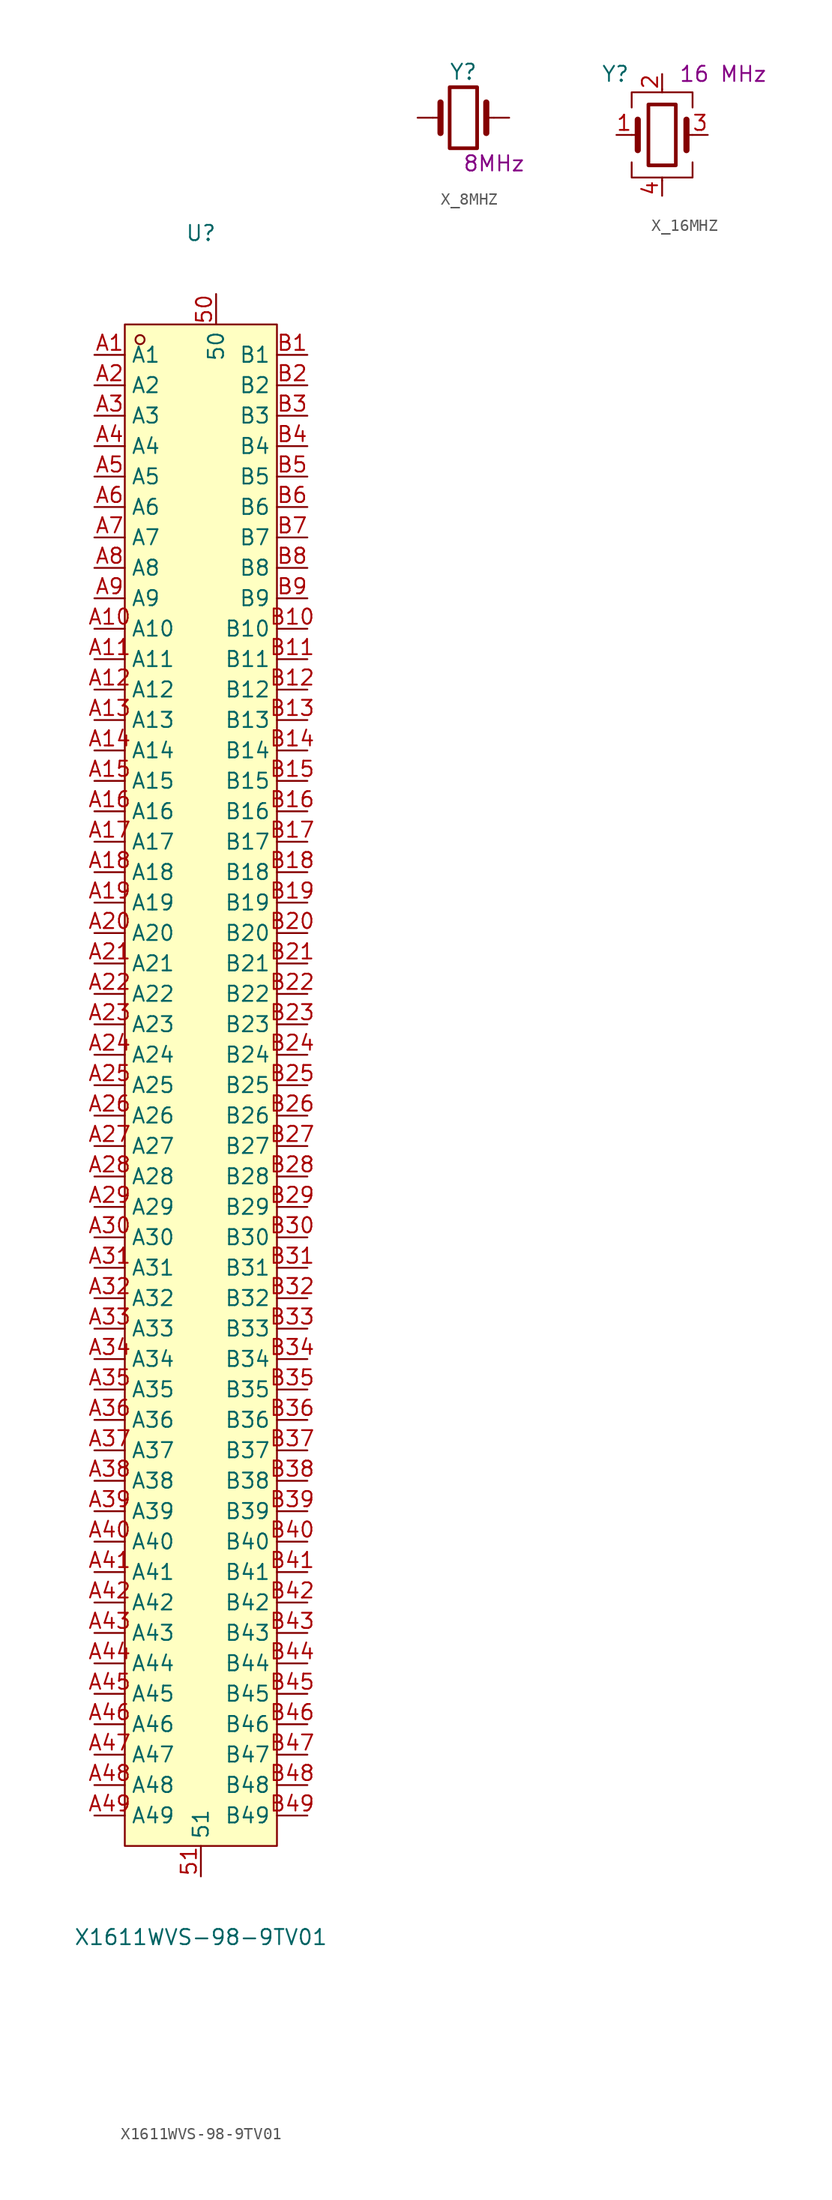
<source format=kicad_sym>
(kicad_symbol_lib
  (version 20241209)
  (generator "kicad_symbol_editor")
  (generator_version "9.0")
  (symbol "X1611WVS-98-9TV01"
    (property "Reference" "U"
      (at 0 71.12 0)
      (effects (font (size 1.27 1.27))))
    (property "Value" "X1611WVS-98-9TV01"
      (at 0 -71.12 0)
      (effects (font (size 1.27 1.27))))
    (symbol "X1611WVS-98-9TV01_0_1"
      (rectangle (start -6.35 63.5) (end 6.35 -63.5) (stroke (width 0) (type default)) (fill (type background)))
      (circle (center -5.08 62.23) (radius 0.38) (stroke (width 0) (type default)) (fill (type none)))
      (pin unspecified line (at -8.89 60.96 0) (length 2.54) (name "A1" (effects (font (size 1.27 1.27)))) (number "A1" (effects (font (size 1.27 1.27)))))
      (pin unspecified line (at -8.89 58.42 0) (length 2.54) (name "A2" (effects (font (size 1.27 1.27)))) (number "A2" (effects (font (size 1.27 1.27)))))
      (pin unspecified line (at -8.89 55.88 0) (length 2.54) (name "A3" (effects (font (size 1.27 1.27)))) (number "A3" (effects (font (size 1.27 1.27)))))
      (pin unspecified line (at -8.89 53.34 0) (length 2.54) (name "A4" (effects (font (size 1.27 1.27)))) (number "A4" (effects (font (size 1.27 1.27)))))
      (pin unspecified line (at -8.89 50.8 0) (length 2.54) (name "A5" (effects (font (size 1.27 1.27)))) (number "A5" (effects (font (size 1.27 1.27)))))
      (pin unspecified line (at -8.89 48.26 0) (length 2.54) (name "A6" (effects (font (size 1.27 1.27)))) (number "A6" (effects (font (size 1.27 1.27)))))
      (pin unspecified line (at -8.89 45.72 0) (length 2.54) (name "A7" (effects (font (size 1.27 1.27)))) (number "A7" (effects (font (size 1.27 1.27)))))
      (pin unspecified line (at -8.89 43.18 0) (length 2.54) (name "A8" (effects (font (size 1.27 1.27)))) (number "A8" (effects (font (size 1.27 1.27)))))
      (pin unspecified line (at -8.89 40.64 0) (length 2.54) (name "A9" (effects (font (size 1.27 1.27)))) (number "A9" (effects (font (size 1.27 1.27)))))
      (pin unspecified line (at -8.89 38.1 0) (length 2.54) (name "A10" (effects (font (size 1.27 1.27)))) (number "A10" (effects (font (size 1.27 1.27)))))
      (pin unspecified line (at -8.89 35.56 0) (length 2.54) (name "A11" (effects (font (size 1.27 1.27)))) (number "A11" (effects (font (size 1.27 1.27)))))
      (pin unspecified line (at -8.89 33.02 0) (length 2.54) (name "A12" (effects (font (size 1.27 1.27)))) (number "A12" (effects (font (size 1.27 1.27)))))
      (pin unspecified line (at -8.89 30.48 0) (length 2.54) (name "A13" (effects (font (size 1.27 1.27)))) (number "A13" (effects (font (size 1.27 1.27)))))
      (pin unspecified line (at -8.89 27.94 0) (length 2.54) (name "A14" (effects (font (size 1.27 1.27)))) (number "A14" (effects (font (size 1.27 1.27)))))
      (pin unspecified line (at -8.89 25.4 0) (length 2.54) (name "A15" (effects (font (size 1.27 1.27)))) (number "A15" (effects (font (size 1.27 1.27)))))
      (pin unspecified line (at -8.89 22.86 0) (length 2.54) (name "A16" (effects (font (size 1.27 1.27)))) (number "A16" (effects (font (size 1.27 1.27)))))
      (pin unspecified line (at -8.89 20.32 0) (length 2.54) (name "A17" (effects (font (size 1.27 1.27)))) (number "A17" (effects (font (size 1.27 1.27)))))
      (pin unspecified line (at -8.89 17.78 0) (length 2.54) (name "A18" (effects (font (size 1.27 1.27)))) (number "A18" (effects (font (size 1.27 1.27)))))
      (pin unspecified line (at -8.89 15.24 0) (length 2.54) (name "A19" (effects (font (size 1.27 1.27)))) (number "A19" (effects (font (size 1.27 1.27)))))
      (pin unspecified line (at -8.89 12.7 0) (length 2.54) (name "A20" (effects (font (size 1.27 1.27)))) (number "A20" (effects (font (size 1.27 1.27)))))
      (pin unspecified line (at -8.89 10.16 0) (length 2.54) (name "A21" (effects (font (size 1.27 1.27)))) (number "A21" (effects (font (size 1.27 1.27)))))
      (pin unspecified line (at -8.89 7.62 0) (length 2.54) (name "A22" (effects (font (size 1.27 1.27)))) (number "A22" (effects (font (size 1.27 1.27)))))
      (pin unspecified line (at -8.89 5.08 0) (length 2.54) (name "A23" (effects (font (size 1.27 1.27)))) (number "A23" (effects (font (size 1.27 1.27)))))
      (pin unspecified line (at -8.89 2.54 0) (length 2.54) (name "A24" (effects (font (size 1.27 1.27)))) (number "A24" (effects (font (size 1.27 1.27)))))
      (pin unspecified line (at -8.89 0 0) (length 2.54) (name "A25" (effects (font (size 1.27 1.27)))) (number "A25" (effects (font (size 1.27 1.27)))))
      (pin unspecified line (at -8.89 -2.54 0) (length 2.54) (name "A26" (effects (font (size 1.27 1.27)))) (number "A26" (effects (font (size 1.27 1.27)))))
      (pin unspecified line (at -8.89 -5.08 0) (length 2.54) (name "A27" (effects (font (size 1.27 1.27)))) (number "A27" (effects (font (size 1.27 1.27)))))
      (pin unspecified line (at -8.89 -7.62 0) (length 2.54) (name "A28" (effects (font (size 1.27 1.27)))) (number "A28" (effects (font (size 1.27 1.27)))))
      (pin unspecified line (at -8.89 -10.16 0) (length 2.54) (name "A29" (effects (font (size 1.27 1.27)))) (number "A29" (effects (font (size 1.27 1.27)))))
      (pin unspecified line (at -8.89 -12.7 0) (length 2.54) (name "A30" (effects (font (size 1.27 1.27)))) (number "A30" (effects (font (size 1.27 1.27)))))
      (pin unspecified line (at -8.89 -15.24 0) (length 2.54) (name "A31" (effects (font (size 1.27 1.27)))) (number "A31" (effects (font (size 1.27 1.27)))))
      (pin unspecified line (at -8.89 -17.78 0) (length 2.54) (name "A32" (effects (font (size 1.27 1.27)))) (number "A32" (effects (font (size 1.27 1.27)))))
      (pin unspecified line (at -8.89 -20.32 0) (length 2.54) (name "A33" (effects (font (size 1.27 1.27)))) (number "A33" (effects (font (size 1.27 1.27)))))
      (pin unspecified line (at -8.89 -22.86 0) (length 2.54) (name "A34" (effects (font (size 1.27 1.27)))) (number "A34" (effects (font (size 1.27 1.27)))))
      (pin unspecified line (at -8.89 -25.4 0) (length 2.54) (name "A35" (effects (font (size 1.27 1.27)))) (number "A35" (effects (font (size 1.27 1.27)))))
      (pin unspecified line (at -8.89 -27.94 0) (length 2.54) (name "A36" (effects (font (size 1.27 1.27)))) (number "A36" (effects (font (size 1.27 1.27)))))
      (pin unspecified line (at -8.89 -30.48 0) (length 2.54) (name "A37" (effects (font (size 1.27 1.27)))) (number "A37" (effects (font (size 1.27 1.27)))))
      (pin unspecified line (at -8.89 -33.02 0) (length 2.54) (name "A38" (effects (font (size 1.27 1.27)))) (number "A38" (effects (font (size 1.27 1.27)))))
      (pin unspecified line (at -8.89 -35.56 0) (length 2.54) (name "A39" (effects (font (size 1.27 1.27)))) (number "A39" (effects (font (size 1.27 1.27)))))
      (pin unspecified line (at -8.89 -38.1 0) (length 2.54) (name "A40" (effects (font (size 1.27 1.27)))) (number "A40" (effects (font (size 1.27 1.27)))))
      (pin unspecified line (at -8.89 -40.64 0) (length 2.54) (name "A41" (effects (font (size 1.27 1.27)))) (number "A41" (effects (font (size 1.27 1.27)))))
      (pin unspecified line (at -8.89 -43.18 0) (length 2.54) (name "A42" (effects (font (size 1.27 1.27)))) (number "A42" (effects (font (size 1.27 1.27)))))
      (pin unspecified line (at -8.89 -45.72 0) (length 2.54) (name "A43" (effects (font (size 1.27 1.27)))) (number "A43" (effects (font (size 1.27 1.27)))))
      (pin unspecified line (at -8.89 -48.26 0) (length 2.54) (name "A44" (effects (font (size 1.27 1.27)))) (number "A44" (effects (font (size 1.27 1.27)))))
      (pin unspecified line (at -8.89 -50.8 0) (length 2.54) (name "A45" (effects (font (size 1.27 1.27)))) (number "A45" (effects (font (size 1.27 1.27)))))
      (pin unspecified line (at -8.89 -53.34 0) (length 2.54) (name "A46" (effects (font (size 1.27 1.27)))) (number "A46" (effects (font (size 1.27 1.27)))))
      (pin unspecified line (at -8.89 -55.88 0) (length 2.54) (name "A47" (effects (font (size 1.27 1.27)))) (number "A47" (effects (font (size 1.27 1.27)))))
      (pin unspecified line (at -8.89 -58.42 0) (length 2.54) (name "A48" (effects (font (size 1.27 1.27)))) (number "A48" (effects (font (size 1.27 1.27)))))
      (pin unspecified line (at -8.89 -60.96 0) (length 2.54) (name "A49" (effects (font (size 1.27 1.27)))) (number "A49" (effects (font (size 1.27 1.27)))))
      (pin unspecified line (at 0 -66.04 90) (length 2.54) (name "51" (effects (font (size 1.27 1.27)))) (number "51" (effects (font (size 1.27 1.27)))))
      (pin unspecified line (at 1.27 66.04 270) (length 2.54) (name "50" (effects (font (size 1.27 1.27)))) (number "50" (effects (font (size 1.27 1.27)))))
      (pin unspecified line (at 8.89 60.96 180) (length 2.54) (name "B1" (effects (font (size 1.27 1.27)))) (number "B1" (effects (font (size 1.27 1.27)))))
      (pin unspecified line (at 8.89 58.42 180) (length 2.54) (name "B2" (effects (font (size 1.27 1.27)))) (number "B2" (effects (font (size 1.27 1.27)))))
      (pin unspecified line (at 8.89 55.88 180) (length 2.54) (name "B3" (effects (font (size 1.27 1.27)))) (number "B3" (effects (font (size 1.27 1.27)))))
      (pin unspecified line (at 8.89 53.34 180) (length 2.54) (name "B4" (effects (font (size 1.27 1.27)))) (number "B4" (effects (font (size 1.27 1.27)))))
      (pin unspecified line (at 8.89 50.8 180) (length 2.54) (name "B5" (effects (font (size 1.27 1.27)))) (number "B5" (effects (font (size 1.27 1.27)))))
      (pin unspecified line (at 8.89 48.26 180) (length 2.54) (name "B6" (effects (font (size 1.27 1.27)))) (number "B6" (effects (font (size 1.27 1.27)))))
      (pin unspecified line (at 8.89 45.72 180) (length 2.54) (name "B7" (effects (font (size 1.27 1.27)))) (number "B7" (effects (font (size 1.27 1.27)))))
      (pin unspecified line (at 8.89 43.18 180) (length 2.54) (name "B8" (effects (font (size 1.27 1.27)))) (number "B8" (effects (font (size 1.27 1.27)))))
      (pin unspecified line (at 8.89 40.64 180) (length 2.54) (name "B9" (effects (font (size 1.27 1.27)))) (number "B9" (effects (font (size 1.27 1.27)))))
      (pin unspecified line (at 8.89 38.1 180) (length 2.54) (name "B10" (effects (font (size 1.27 1.27)))) (number "B10" (effects (font (size 1.27 1.27)))))
      (pin unspecified line (at 8.89 35.56 180) (length 2.54) (name "B11" (effects (font (size 1.27 1.27)))) (number "B11" (effects (font (size 1.27 1.27)))))
      (pin unspecified line (at 8.89 33.02 180) (length 2.54) (name "B12" (effects (font (size 1.27 1.27)))) (number "B12" (effects (font (size 1.27 1.27)))))
      (pin unspecified line (at 8.89 30.48 180) (length 2.54) (name "B13" (effects (font (size 1.27 1.27)))) (number "B13" (effects (font (size 1.27 1.27)))))
      (pin unspecified line (at 8.89 27.94 180) (length 2.54) (name "B14" (effects (font (size 1.27 1.27)))) (number "B14" (effects (font (size 1.27 1.27)))))
      (pin unspecified line (at 8.89 25.4 180) (length 2.54) (name "B15" (effects (font (size 1.27 1.27)))) (number "B15" (effects (font (size 1.27 1.27)))))
      (pin unspecified line (at 8.89 22.86 180) (length 2.54) (name "B16" (effects (font (size 1.27 1.27)))) (number "B16" (effects (font (size 1.27 1.27)))))
      (pin unspecified line (at 8.89 20.32 180) (length 2.54) (name "B17" (effects (font (size 1.27 1.27)))) (number "B17" (effects (font (size 1.27 1.27)))))
      (pin unspecified line (at 8.89 17.78 180) (length 2.54) (name "B18" (effects (font (size 1.27 1.27)))) (number "B18" (effects (font (size 1.27 1.27)))))
      (pin unspecified line (at 8.89 15.24 180) (length 2.54) (name "B19" (effects (font (size 1.27 1.27)))) (number "B19" (effects (font (size 1.27 1.27)))))
      (pin unspecified line (at 8.89 12.7 180) (length 2.54) (name "B20" (effects (font (size 1.27 1.27)))) (number "B20" (effects (font (size 1.27 1.27)))))
      (pin unspecified line (at 8.89 10.16 180) (length 2.54) (name "B21" (effects (font (size 1.27 1.27)))) (number "B21" (effects (font (size 1.27 1.27)))))
      (pin unspecified line (at 8.89 7.62 180) (length 2.54) (name "B22" (effects (font (size 1.27 1.27)))) (number "B22" (effects (font (size 1.27 1.27)))))
      (pin unspecified line (at 8.89 5.08 180) (length 2.54) (name "B23" (effects (font (size 1.27 1.27)))) (number "B23" (effects (font (size 1.27 1.27)))))
      (pin unspecified line (at 8.89 2.54 180) (length 2.54) (name "B24" (effects (font (size 1.27 1.27)))) (number "B24" (effects (font (size 1.27 1.27)))))
      (pin unspecified line (at 8.89 0 180) (length 2.54) (name "B25" (effects (font (size 1.27 1.27)))) (number "B25" (effects (font (size 1.27 1.27)))))
      (pin unspecified line (at 8.89 -2.54 180) (length 2.54) (name "B26" (effects (font (size 1.27 1.27)))) (number "B26" (effects (font (size 1.27 1.27)))))
      (pin unspecified line (at 8.89 -5.08 180) (length 2.54) (name "B27" (effects (font (size 1.27 1.27)))) (number "B27" (effects (font (size 1.27 1.27)))))
      (pin unspecified line (at 8.89 -7.62 180) (length 2.54) (name "B28" (effects (font (size 1.27 1.27)))) (number "B28" (effects (font (size 1.27 1.27)))))
      (pin unspecified line (at 8.89 -10.16 180) (length 2.54) (name "B29" (effects (font (size 1.27 1.27)))) (number "B29" (effects (font (size 1.27 1.27)))))
      (pin unspecified line (at 8.89 -12.7 180) (length 2.54) (name "B30" (effects (font (size 1.27 1.27)))) (number "B30" (effects (font (size 1.27 1.27)))))
      (pin unspecified line (at 8.89 -15.24 180) (length 2.54) (name "B31" (effects (font (size 1.27 1.27)))) (number "B31" (effects (font (size 1.27 1.27)))))
      (pin unspecified line (at 8.89 -17.78 180) (length 2.54) (name "B32" (effects (font (size 1.27 1.27)))) (number "B32" (effects (font (size 1.27 1.27)))))
      (pin unspecified line (at 8.89 -20.32 180) (length 2.54) (name "B33" (effects (font (size 1.27 1.27)))) (number "B33" (effects (font (size 1.27 1.27)))))
      (pin unspecified line (at 8.89 -22.86 180) (length 2.54) (name "B34" (effects (font (size 1.27 1.27)))) (number "B34" (effects (font (size 1.27 1.27)))))
      (pin unspecified line (at 8.89 -25.4 180) (length 2.54) (name "B35" (effects (font (size 1.27 1.27)))) (number "B35" (effects (font (size 1.27 1.27)))))
      (pin unspecified line (at 8.89 -27.94 180) (length 2.54) (name "B36" (effects (font (size 1.27 1.27)))) (number "B36" (effects (font (size 1.27 1.27)))))
      (pin unspecified line (at 8.89 -30.48 180) (length 2.54) (name "B37" (effects (font (size 1.27 1.27)))) (number "B37" (effects (font (size 1.27 1.27)))))
      (pin unspecified line (at 8.89 -33.02 180) (length 2.54) (name "B38" (effects (font (size 1.27 1.27)))) (number "B38" (effects (font (size 1.27 1.27)))))
      (pin unspecified line (at 8.89 -35.56 180) (length 2.54) (name "B39" (effects (font (size 1.27 1.27)))) (number "B39" (effects (font (size 1.27 1.27)))))
      (pin unspecified line (at 8.89 -38.1 180) (length 2.54) (name "B40" (effects (font (size 1.27 1.27)))) (number "B40" (effects (font (size 1.27 1.27)))))
      (pin unspecified line (at 8.89 -40.64 180) (length 2.54) (name "B41" (effects (font (size 1.27 1.27)))) (number "B41" (effects (font (size 1.27 1.27)))))
      (pin unspecified line (at 8.89 -43.18 180) (length 2.54) (name "B42" (effects (font (size 1.27 1.27)))) (number "B42" (effects (font (size 1.27 1.27)))))
      (pin unspecified line (at 8.89 -45.72 180) (length 2.54) (name "B43" (effects (font (size 1.27 1.27)))) (number "B43" (effects (font (size 1.27 1.27)))))
      (pin unspecified line (at 8.89 -48.26 180) (length 2.54) (name "B44" (effects (font (size 1.27 1.27)))) (number "B44" (effects (font (size 1.27 1.27)))))
      (pin unspecified line (at 8.89 -50.8 180) (length 2.54) (name "B45" (effects (font (size 1.27 1.27)))) (number "B45" (effects (font (size 1.27 1.27)))))
      (pin unspecified line (at 8.89 -53.34 180) (length 2.54) (name "B46" (effects (font (size 1.27 1.27)))) (number "B46" (effects (font (size 1.27 1.27)))))
      (pin unspecified line (at 8.89 -55.88 180) (length 2.54) (name "B47" (effects (font (size 1.27 1.27)))) (number "B47" (effects (font (size 1.27 1.27)))))
      (pin unspecified line (at 8.89 -58.42 180) (length 2.54) (name "B48" (effects (font (size 1.27 1.27)))) (number "B48" (effects (font (size 1.27 1.27)))))
      (pin unspecified line (at 8.89 -60.96 180) (length 2.54) (name "B49" (effects (font (size 1.27 1.27)))) (number "B49" (effects (font (size 1.27 1.27)))))))
  (symbol "X_8MHZ"
    (pin_numbers
      (hide yes))
    (pin_names
      (offset 1.016)
      (hide yes))
    (property "Reference" "Y"
      (at 0 3.81 0)
      (effects (font (size 1.27 1.27))))
    (property "Display" "8MHz"
      (at 2.54 -3.81 0)
      (effects (font (size 1.27 1.27))))
    (symbol "X_8MHZ_0_1"
      (polyline (pts (xy -2.54 0) (xy -1.905 0)) (stroke (width 0) (type default)) (fill (type none)))
      (polyline (pts (xy -1.905 -1.27) (xy -1.905 1.27)) (stroke (width 0.508) (type default)) (fill (type none)))
      (rectangle (start -1.143 2.54) (end 1.143 -2.54) (stroke (width 0.305) (type default)) (fill (type none)))
      (polyline (pts (xy 1.905 -1.27) (xy 1.905 1.27)) (stroke (width 0.508) (type default)) (fill (type none)))
      (polyline (pts (xy 2.54 0) (xy 1.905 0)) (stroke (width 0) (type default)) (fill (type none))))
    (symbol "X_8MHZ_1_1"
      (pin passive line (at -3.81 0 0) (length 1.27) (name "1" (effects (font (size 1.27 1.27)))) (number "1" (effects (font (size 1.27 1.27)))))
      (pin passive line (at 3.81 0 180) (length 1.27) (name "2" (effects (font (size 1.27 1.27)))) (number "2" (effects (font (size 1.27 1.27)))))))
  (symbol "X_16MHZ"
    (pin_names
      (offset 1.016)
      (hide yes))
    (property "Reference" "Y"
      (at -5.08 5.08 0)
      (effects (font (size 1.27 1.27)) (justify left)))
    (property "Display" "16 MHz"
      (at 5.08 5.08 0)
      (effects (font (size 1.27 1.27))))
    (symbol "X_16MHZ_0_1"
      (polyline (pts (xy -2.54 2.286) (xy -2.54 3.556) (xy 2.54 3.556) (xy 2.54 2.286)) (stroke (width 0) (type default)) (fill (type none)))
      (polyline (pts (xy -2.54 0) (xy -2.032 0)) (stroke (width 0) (type default)) (fill (type none)))
      (polyline (pts (xy -2.54 -2.286) (xy -2.54 -3.556) (xy 2.54 -3.556) (xy 2.54 -2.286)) (stroke (width 0) (type default)) (fill (type none)))
      (polyline (pts (xy -2.032 -1.27) (xy -2.032 1.27)) (stroke (width 0.508) (type default)) (fill (type none)))
      (rectangle (start -1.143 2.54) (end 1.143 -2.54) (stroke (width 0.305) (type default)) (fill (type none)))
      (polyline (pts (xy 0 3.556) (xy 0 3.81)) (stroke (width 0) (type default)) (fill (type none)))
      (polyline (pts (xy 0 -3.81) (xy 0 -3.556)) (stroke (width 0) (type default)) (fill (type none)))
      (polyline (pts (xy 2.032 0) (xy 2.54 0)) (stroke (width 0) (type default)) (fill (type none)))
      (polyline (pts (xy 2.032 -1.27) (xy 2.032 1.27)) (stroke (width 0.508) (type default)) (fill (type none))))
    (symbol "X_16MHZ_1_1"
      (pin passive line (at -3.81 0 0) (length 1.27) (name "1" (effects (font (size 1.27 1.27)))) (number "1" (effects (font (size 1.27 1.27)))))
      (pin passive line (at 0 5.08 270) (length 1.27) (name "2" (effects (font (size 1.27 1.27)))) (number "2" (effects (font (size 1.27 1.27)))))
      (pin passive line (at 0 -5.08 90) (length 1.27) (name "4" (effects (font (size 1.27 1.27)))) (number "4" (effects (font (size 1.27 1.27)))))
      (pin passive line (at 3.81 0 180) (length 1.27) (name "3" (effects (font (size 1.27 1.27)))) (number "3" (effects (font (size 1.27 1.27))))))))
</source>
